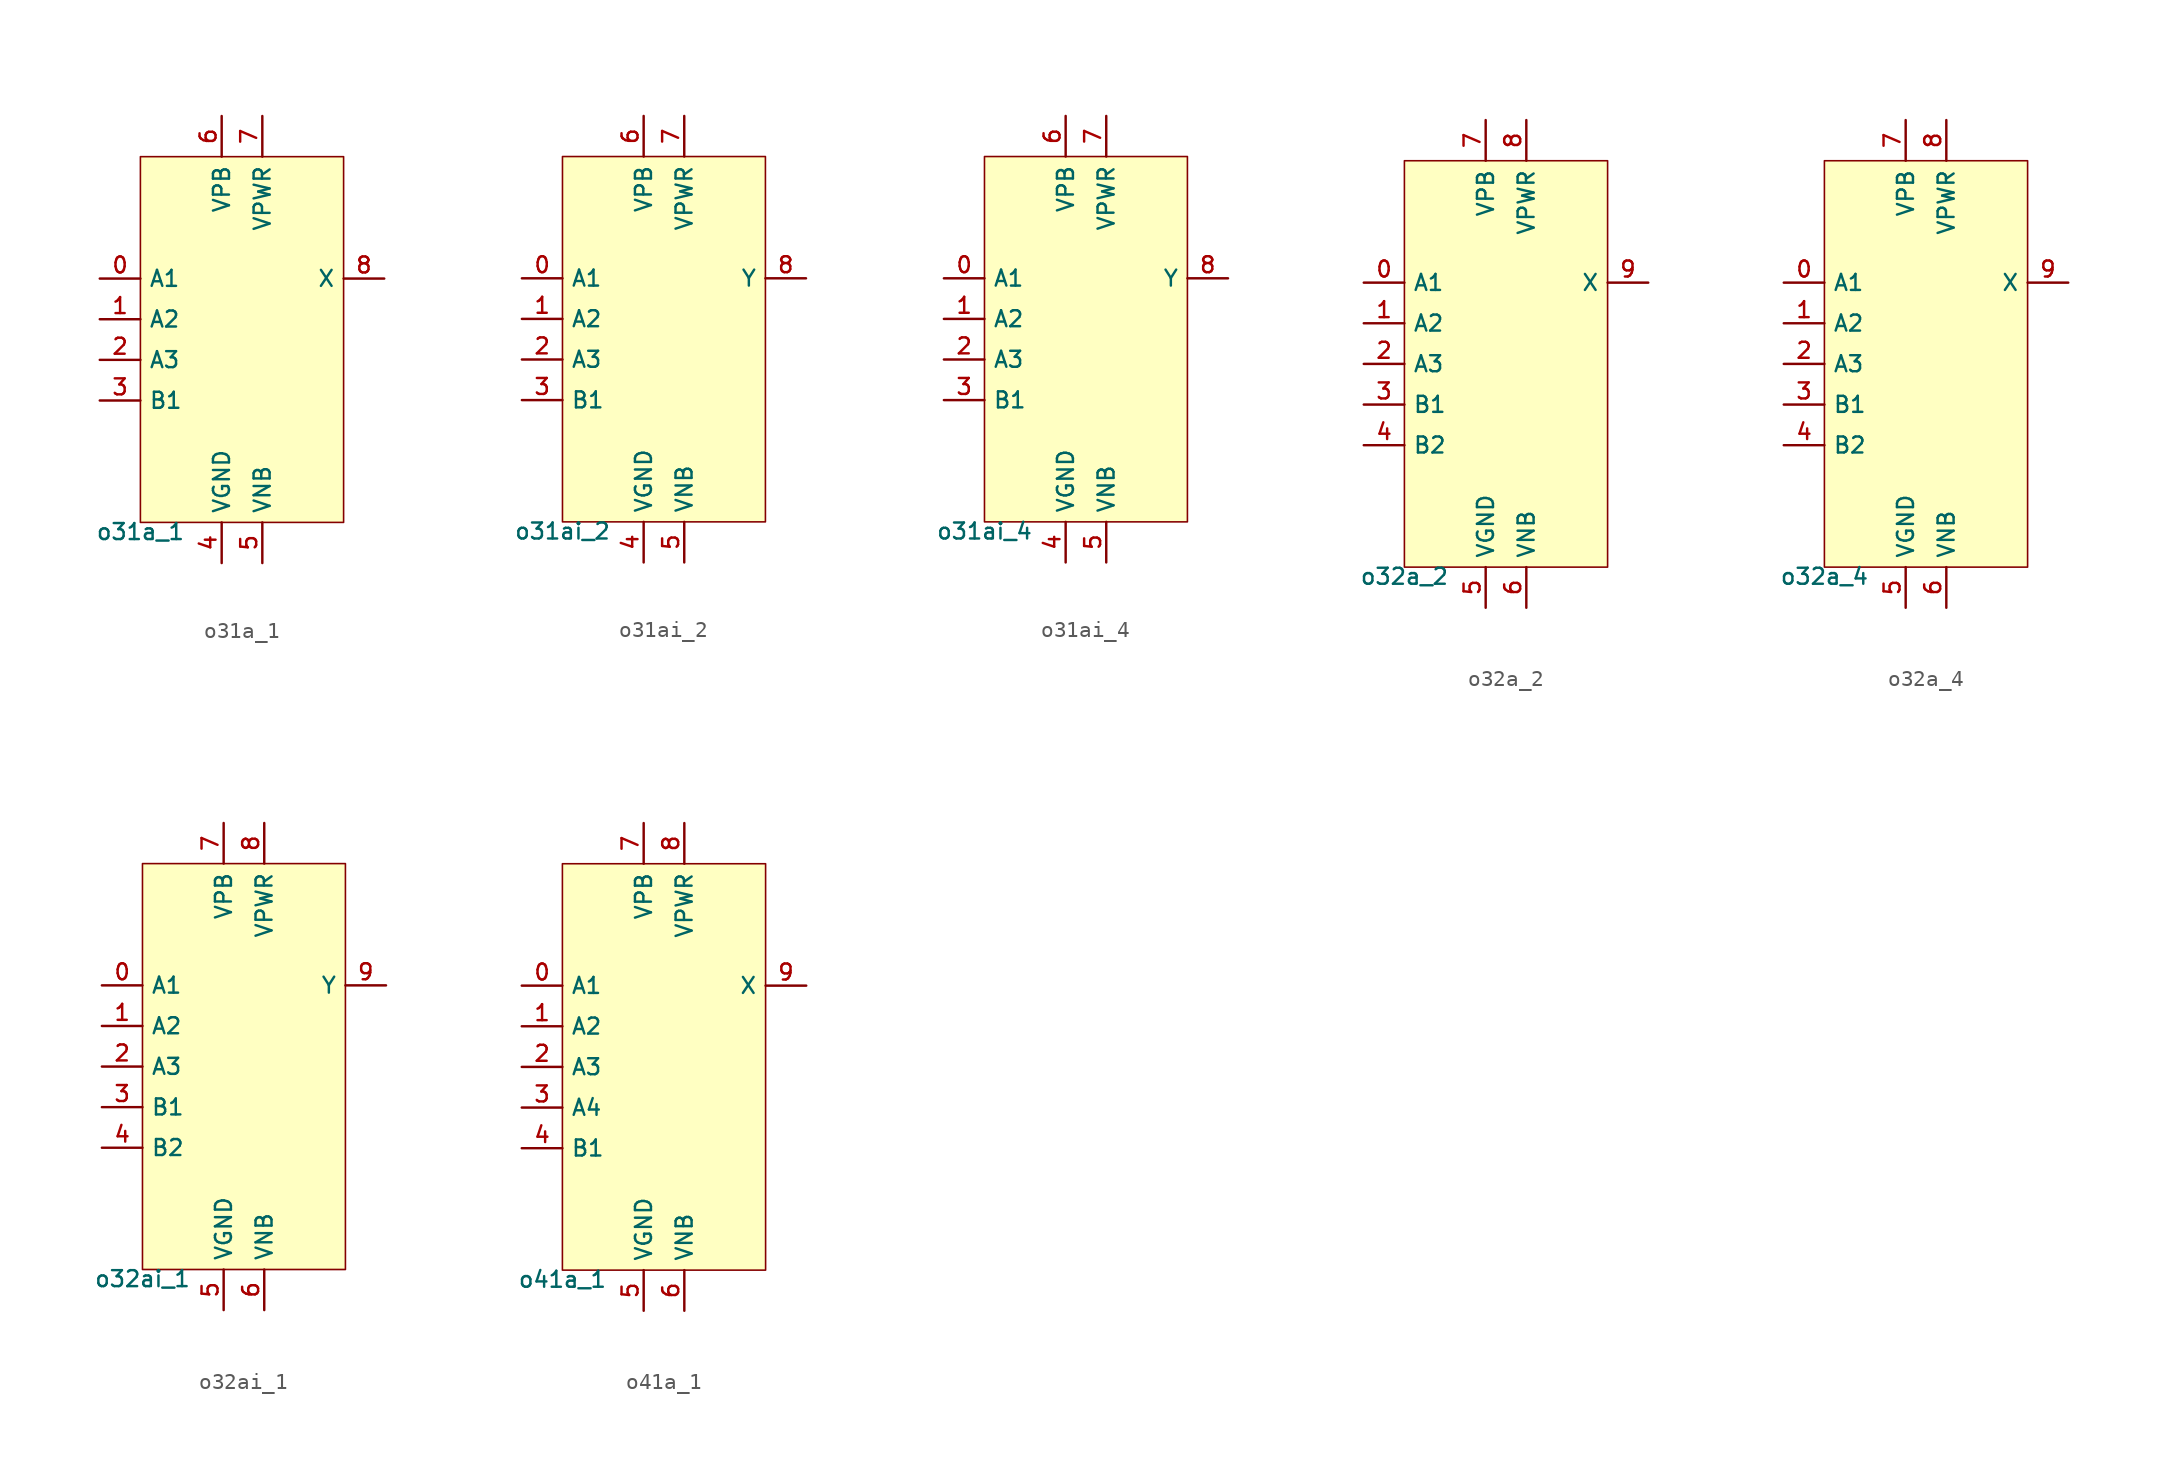
<source format=kicad_sym>
(kicad_symbol_lib
  (version 20211014)
  (generator pdk2kicad)
  (symbol "o31a_1"
    (property "Reference" "X"
      (at 0 0 0)
      (effects (font (size 1 1)) hide))
    (property "Value" "o31a_1"
      (at -6.35 -11.43 0)
      (effects (font (size 1 1)) (justify top)))
    (rectangle
      (start -6.35 -11.43)
      (end 6.35 11.43)
      (stroke (width 0.1) (type solid) (color 0 0 0 0))
      (fill (type background)))
    (pin input line
      (at -8.89 3.81 0)
      (length 2.54)
      (name "A1" (effects (font (size 1 1)) hide))
      (number "0" (effects (font (size 1 1)) hide)))
    (pin input line
      (at -8.89 1.27 0)
      (length 2.54)
      (name "A2" (effects (font (size 1 1)) hide))
      (number "1" (effects (font (size 1 1)) hide)))
    (pin input line
      (at -8.89 -1.27 0)
      (length 2.54)
      (name "A3" (effects (font (size 1 1)) hide))
      (number "2" (effects (font (size 1 1)) hide)))
    (pin input line
      (at -8.89 -3.81 0)
      (length 2.54)
      (name "B1" (effects (font (size 1 1)) hide))
      (number "3" (effects (font (size 1 1)) hide)))
    (pin power_in line
      (at -1.27 -13.97 90)
      (length 2.54)
      (name "VGND" (effects (font (size 1 1)) hide))
      (number "4" (effects (font (size 1 1)) hide)))
    (pin power_in line
      (at 1.27 -13.97 90)
      (length 2.54)
      (name "VNB" (effects (font (size 1 1)) hide))
      (number "5" (effects (font (size 1 1)) hide)))
    (pin power_in line
      (at -1.27 13.97 270)
      (length 2.54)
      (name "VPB" (effects (font (size 1 1)) hide))
      (number "6" (effects (font (size 1 1)) hide)))
    (pin power_in line
      (at 1.27 13.97 270)
      (length 2.54)
      (name "VPWR" (effects (font (size 1 1)) hide))
      (number "7" (effects (font (size 1 1)) hide)))
    (pin output line
      (at 8.89 3.81 180)
      (length 2.54)
      (name "X" (effects (font (size 1 1)) hide))
      (number "8" (effects (font (size 1 1)) hide))))
  (symbol "o31ai_2"
    (property "Reference" "X"
      (at 0 0 0)
      (effects (font (size 1 1)) hide))
    (property "Value" "o31ai_2"
      (at -6.35 -11.43 0)
      (effects (font (size 1 1)) (justify top)))
    (rectangle
      (start -6.35 -11.43)
      (end 6.35 11.43)
      (stroke (width 0.1) (type solid) (color 0 0 0 0))
      (fill (type background)))
    (pin input line
      (at -8.89 3.81 0)
      (length 2.54)
      (name "A1" (effects (font (size 1 1)) hide))
      (number "0" (effects (font (size 1 1)) hide)))
    (pin input line
      (at -8.89 1.27 0)
      (length 2.54)
      (name "A2" (effects (font (size 1 1)) hide))
      (number "1" (effects (font (size 1 1)) hide)))
    (pin input line
      (at -8.89 -1.27 0)
      (length 2.54)
      (name "A3" (effects (font (size 1 1)) hide))
      (number "2" (effects (font (size 1 1)) hide)))
    (pin input line
      (at -8.89 -3.81 0)
      (length 2.54)
      (name "B1" (effects (font (size 1 1)) hide))
      (number "3" (effects (font (size 1 1)) hide)))
    (pin power_in line
      (at -1.27 -13.97 90)
      (length 2.54)
      (name "VGND" (effects (font (size 1 1)) hide))
      (number "4" (effects (font (size 1 1)) hide)))
    (pin power_in line
      (at 1.27 -13.97 90)
      (length 2.54)
      (name "VNB" (effects (font (size 1 1)) hide))
      (number "5" (effects (font (size 1 1)) hide)))
    (pin power_in line
      (at -1.27 13.97 270)
      (length 2.54)
      (name "VPB" (effects (font (size 1 1)) hide))
      (number "6" (effects (font (size 1 1)) hide)))
    (pin power_in line
      (at 1.27 13.97 270)
      (length 2.54)
      (name "VPWR" (effects (font (size 1 1)) hide))
      (number "7" (effects (font (size 1 1)) hide)))
    (pin output line
      (at 8.89 3.81 180)
      (length 2.54)
      (name "Y" (effects (font (size 1 1)) hide))
      (number "8" (effects (font (size 1 1)) hide))))
  (symbol "o31ai_4"
    (property "Reference" "X"
      (at 0 0 0)
      (effects (font (size 1 1)) hide))
    (property "Value" "o31ai_4"
      (at -6.35 -11.43 0)
      (effects (font (size 1 1)) (justify top)))
    (rectangle
      (start -6.35 -11.43)
      (end 6.35 11.43)
      (stroke (width 0.1) (type solid) (color 0 0 0 0))
      (fill (type background)))
    (pin input line
      (at -8.89 3.81 0)
      (length 2.54)
      (name "A1" (effects (font (size 1 1)) hide))
      (number "0" (effects (font (size 1 1)) hide)))
    (pin input line
      (at -8.89 1.27 0)
      (length 2.54)
      (name "A2" (effects (font (size 1 1)) hide))
      (number "1" (effects (font (size 1 1)) hide)))
    (pin input line
      (at -8.89 -1.27 0)
      (length 2.54)
      (name "A3" (effects (font (size 1 1)) hide))
      (number "2" (effects (font (size 1 1)) hide)))
    (pin input line
      (at -8.89 -3.81 0)
      (length 2.54)
      (name "B1" (effects (font (size 1 1)) hide))
      (number "3" (effects (font (size 1 1)) hide)))
    (pin power_in line
      (at -1.27 -13.97 90)
      (length 2.54)
      (name "VGND" (effects (font (size 1 1)) hide))
      (number "4" (effects (font (size 1 1)) hide)))
    (pin power_in line
      (at 1.27 -13.97 90)
      (length 2.54)
      (name "VNB" (effects (font (size 1 1)) hide))
      (number "5" (effects (font (size 1 1)) hide)))
    (pin power_in line
      (at -1.27 13.97 270)
      (length 2.54)
      (name "VPB" (effects (font (size 1 1)) hide))
      (number "6" (effects (font (size 1 1)) hide)))
    (pin power_in line
      (at 1.27 13.97 270)
      (length 2.54)
      (name "VPWR" (effects (font (size 1 1)) hide))
      (number "7" (effects (font (size 1 1)) hide)))
    (pin output line
      (at 8.89 3.81 180)
      (length 2.54)
      (name "Y" (effects (font (size 1 1)) hide))
      (number "8" (effects (font (size 1 1)) hide))))
  (symbol "o32a_2"
    (property "Reference" "X"
      (at 0 0 0)
      (effects (font (size 1 1)) hide))
    (property "Value" "o32a_2"
      (at -6.35 -12.7 0)
      (effects (font (size 1 1)) (justify top)))
    (rectangle
      (start -6.35 -12.7)
      (end 6.35 12.7)
      (stroke (width 0.1) (type solid) (color 0 0 0 0))
      (fill (type background)))
    (pin input line
      (at -8.89 5.08 0)
      (length 2.54)
      (name "A1" (effects (font (size 1 1)) hide))
      (number "0" (effects (font (size 1 1)) hide)))
    (pin input line
      (at -8.89 2.54 0)
      (length 2.54)
      (name "A2" (effects (font (size 1 1)) hide))
      (number "1" (effects (font (size 1 1)) hide)))
    (pin input line
      (at -8.89 -8.881784197001252e-16 0)
      (length 2.54)
      (name "A3" (effects (font (size 1 1)) hide))
      (number "2" (effects (font (size 1 1)) hide)))
    (pin input line
      (at -8.89 -2.54 0)
      (length 2.54)
      (name "B1" (effects (font (size 1 1)) hide))
      (number "3" (effects (font (size 1 1)) hide)))
    (pin input line
      (at -8.89 -5.08 0)
      (length 2.54)
      (name "B2" (effects (font (size 1 1)) hide))
      (number "4" (effects (font (size 1 1)) hide)))
    (pin power_in line
      (at -1.27 -15.24 90)
      (length 2.54)
      (name "VGND" (effects (font (size 1 1)) hide))
      (number "5" (effects (font (size 1 1)) hide)))
    (pin power_in line
      (at 1.27 -15.24 90)
      (length 2.54)
      (name "VNB" (effects (font (size 1 1)) hide))
      (number "6" (effects (font (size 1 1)) hide)))
    (pin power_in line
      (at -1.27 15.24 270)
      (length 2.54)
      (name "VPB" (effects (font (size 1 1)) hide))
      (number "7" (effects (font (size 1 1)) hide)))
    (pin power_in line
      (at 1.27 15.24 270)
      (length 2.54)
      (name "VPWR" (effects (font (size 1 1)) hide))
      (number "8" (effects (font (size 1 1)) hide)))
    (pin output line
      (at 8.89 5.08 180)
      (length 2.54)
      (name "X" (effects (font (size 1 1)) hide))
      (number "9" (effects (font (size 1 1)) hide))))
  (symbol "o32a_4"
    (property "Reference" "X"
      (at 0 0 0)
      (effects (font (size 1 1)) hide))
    (property "Value" "o32a_4"
      (at -6.35 -12.7 0)
      (effects (font (size 1 1)) (justify top)))
    (rectangle
      (start -6.35 -12.7)
      (end 6.35 12.7)
      (stroke (width 0.1) (type solid) (color 0 0 0 0))
      (fill (type background)))
    (pin input line
      (at -8.89 5.08 0)
      (length 2.54)
      (name "A1" (effects (font (size 1 1)) hide))
      (number "0" (effects (font (size 1 1)) hide)))
    (pin input line
      (at -8.89 2.54 0)
      (length 2.54)
      (name "A2" (effects (font (size 1 1)) hide))
      (number "1" (effects (font (size 1 1)) hide)))
    (pin input line
      (at -8.89 -8.881784197001252e-16 0)
      (length 2.54)
      (name "A3" (effects (font (size 1 1)) hide))
      (number "2" (effects (font (size 1 1)) hide)))
    (pin input line
      (at -8.89 -2.54 0)
      (length 2.54)
      (name "B1" (effects (font (size 1 1)) hide))
      (number "3" (effects (font (size 1 1)) hide)))
    (pin input line
      (at -8.89 -5.08 0)
      (length 2.54)
      (name "B2" (effects (font (size 1 1)) hide))
      (number "4" (effects (font (size 1 1)) hide)))
    (pin power_in line
      (at -1.27 -15.24 90)
      (length 2.54)
      (name "VGND" (effects (font (size 1 1)) hide))
      (number "5" (effects (font (size 1 1)) hide)))
    (pin power_in line
      (at 1.27 -15.24 90)
      (length 2.54)
      (name "VNB" (effects (font (size 1 1)) hide))
      (number "6" (effects (font (size 1 1)) hide)))
    (pin power_in line
      (at -1.27 15.24 270)
      (length 2.54)
      (name "VPB" (effects (font (size 1 1)) hide))
      (number "7" (effects (font (size 1 1)) hide)))
    (pin power_in line
      (at 1.27 15.24 270)
      (length 2.54)
      (name "VPWR" (effects (font (size 1 1)) hide))
      (number "8" (effects (font (size 1 1)) hide)))
    (pin output line
      (at 8.89 5.08 180)
      (length 2.54)
      (name "X" (effects (font (size 1 1)) hide))
      (number "9" (effects (font (size 1 1)) hide))))
  (symbol "o32ai_1"
    (property "Reference" "X"
      (at 0 0 0)
      (effects (font (size 1 1)) hide))
    (property "Value" "o32ai_1"
      (at -6.35 -12.7 0)
      (effects (font (size 1 1)) (justify top)))
    (rectangle
      (start -6.35 -12.7)
      (end 6.35 12.7)
      (stroke (width 0.1) (type solid) (color 0 0 0 0))
      (fill (type background)))
    (pin input line
      (at -8.89 5.08 0)
      (length 2.54)
      (name "A1" (effects (font (size 1 1)) hide))
      (number "0" (effects (font (size 1 1)) hide)))
    (pin input line
      (at -8.89 2.54 0)
      (length 2.54)
      (name "A2" (effects (font (size 1 1)) hide))
      (number "1" (effects (font (size 1 1)) hide)))
    (pin input line
      (at -8.89 -8.881784197001252e-16 0)
      (length 2.54)
      (name "A3" (effects (font (size 1 1)) hide))
      (number "2" (effects (font (size 1 1)) hide)))
    (pin input line
      (at -8.89 -2.54 0)
      (length 2.54)
      (name "B1" (effects (font (size 1 1)) hide))
      (number "3" (effects (font (size 1 1)) hide)))
    (pin input line
      (at -8.89 -5.08 0)
      (length 2.54)
      (name "B2" (effects (font (size 1 1)) hide))
      (number "4" (effects (font (size 1 1)) hide)))
    (pin power_in line
      (at -1.27 -15.24 90)
      (length 2.54)
      (name "VGND" (effects (font (size 1 1)) hide))
      (number "5" (effects (font (size 1 1)) hide)))
    (pin power_in line
      (at 1.27 -15.24 90)
      (length 2.54)
      (name "VNB" (effects (font (size 1 1)) hide))
      (number "6" (effects (font (size 1 1)) hide)))
    (pin power_in line
      (at -1.27 15.24 270)
      (length 2.54)
      (name "VPB" (effects (font (size 1 1)) hide))
      (number "7" (effects (font (size 1 1)) hide)))
    (pin power_in line
      (at 1.27 15.24 270)
      (length 2.54)
      (name "VPWR" (effects (font (size 1 1)) hide))
      (number "8" (effects (font (size 1 1)) hide)))
    (pin output line
      (at 8.89 5.08 180)
      (length 2.54)
      (name "Y" (effects (font (size 1 1)) hide))
      (number "9" (effects (font (size 1 1)) hide))))
  (symbol "o41a_1"
    (property "Reference" "X"
      (at 0 0 0)
      (effects (font (size 1 1)) hide))
    (property "Value" "o41a_1"
      (at -6.35 -12.7 0)
      (effects (font (size 1 1)) (justify top)))
    (rectangle
      (start -6.35 -12.7)
      (end 6.35 12.7)
      (stroke (width 0.1) (type solid) (color 0 0 0 0))
      (fill (type background)))
    (pin input line
      (at -8.89 5.08 0)
      (length 2.54)
      (name "A1" (effects (font (size 1 1)) hide))
      (number "0" (effects (font (size 1 1)) hide)))
    (pin input line
      (at -8.89 2.54 0)
      (length 2.54)
      (name "A2" (effects (font (size 1 1)) hide))
      (number "1" (effects (font (size 1 1)) hide)))
    (pin input line
      (at -8.89 -8.881784197001252e-16 0)
      (length 2.54)
      (name "A3" (effects (font (size 1 1)) hide))
      (number "2" (effects (font (size 1 1)) hide)))
    (pin input line
      (at -8.89 -2.54 0)
      (length 2.54)
      (name "A4" (effects (font (size 1 1)) hide))
      (number "3" (effects (font (size 1 1)) hide)))
    (pin input line
      (at -8.89 -5.08 0)
      (length 2.54)
      (name "B1" (effects (font (size 1 1)) hide))
      (number "4" (effects (font (size 1 1)) hide)))
    (pin power_in line
      (at -1.27 -15.24 90)
      (length 2.54)
      (name "VGND" (effects (font (size 1 1)) hide))
      (number "5" (effects (font (size 1 1)) hide)))
    (pin power_in line
      (at 1.27 -15.24 90)
      (length 2.54)
      (name "VNB" (effects (font (size 1 1)) hide))
      (number "6" (effects (font (size 1 1)) hide)))
    (pin power_in line
      (at -1.27 15.24 270)
      (length 2.54)
      (name "VPB" (effects (font (size 1 1)) hide))
      (number "7" (effects (font (size 1 1)) hide)))
    (pin power_in line
      (at 1.27 15.24 270)
      (length 2.54)
      (name "VPWR" (effects (font (size 1 1)) hide))
      (number "8" (effects (font (size 1 1)) hide)))
    (pin output line
      (at 8.89 5.08 180)
      (length 2.54)
      (name "X" (effects (font (size 1 1)) hide))
      (number "9" (effects (font (size 1 1)) hide)))))
</source>
